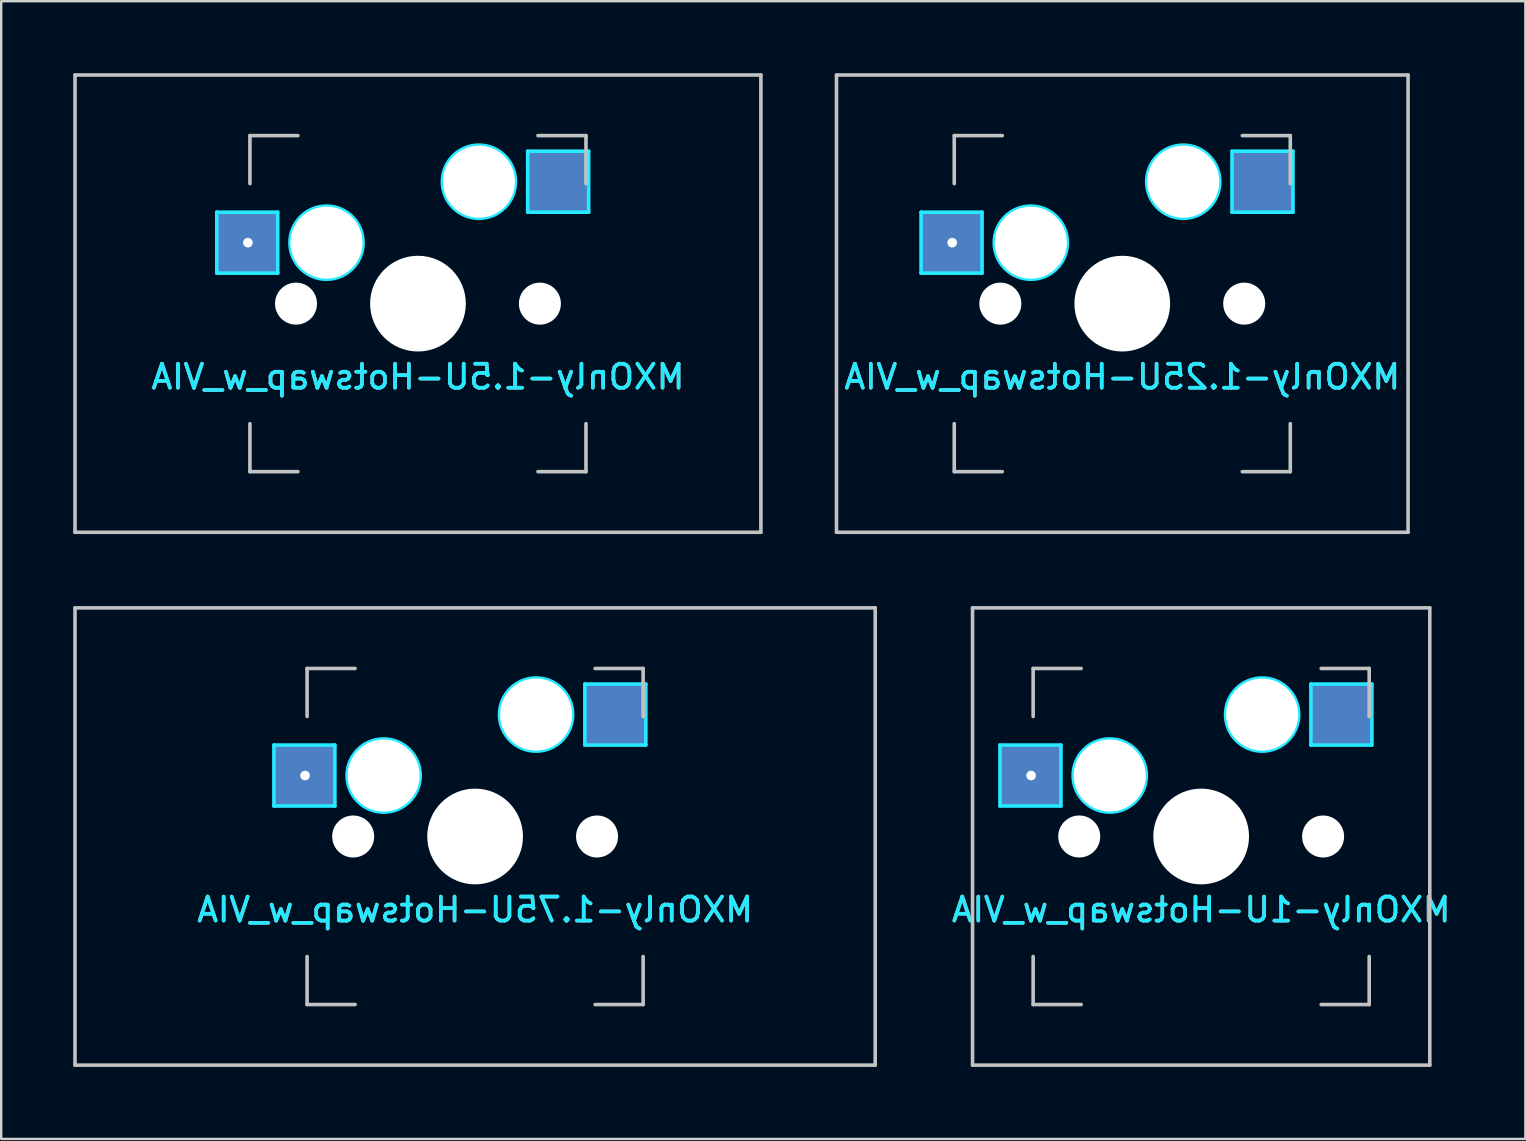
<source format=kicad_pcb>
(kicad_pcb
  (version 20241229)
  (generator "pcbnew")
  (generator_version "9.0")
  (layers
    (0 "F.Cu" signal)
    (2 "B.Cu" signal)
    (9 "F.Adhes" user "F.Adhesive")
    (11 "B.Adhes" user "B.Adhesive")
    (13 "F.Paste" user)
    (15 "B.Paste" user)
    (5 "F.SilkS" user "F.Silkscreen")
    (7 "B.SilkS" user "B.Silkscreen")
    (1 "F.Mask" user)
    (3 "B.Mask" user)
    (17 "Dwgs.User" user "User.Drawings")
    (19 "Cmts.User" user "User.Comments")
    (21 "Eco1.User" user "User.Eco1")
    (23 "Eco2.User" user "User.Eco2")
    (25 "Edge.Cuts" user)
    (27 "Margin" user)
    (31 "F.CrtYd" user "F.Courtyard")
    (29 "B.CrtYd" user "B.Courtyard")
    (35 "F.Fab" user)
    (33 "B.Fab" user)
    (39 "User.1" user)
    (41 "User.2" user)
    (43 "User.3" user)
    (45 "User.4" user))
  (footprint "MXOnly-1.5U-Hotswap_w_VIA"
    (layer "F.Cu")
    (at 14.363 9.6)
    (property "Reference" "MXOnly-1.5U-Hotswap_w_VIA" (at 0 3.048 0) (layer "B.CrtYd") (effects (font (size 1 1) (thickness 0.15)) (justify mirror)))
    (attr smd)
    (fp_line (start -14.287 -9.525) (end 14.287 -9.525) (stroke (width 0.15) (type solid)) (layer "Dwgs.User"))
    (fp_line (start -14.287 9.525) (end -14.287 -9.525) (stroke (width 0.15) (type solid)) (layer "Dwgs.User"))
    (fp_line (start -7 -7) (end -7 -5) (stroke (width 0.15) (type solid)) (layer "Dwgs.User"))
    (fp_line (start -7 5) (end -7 7) (stroke (width 0.15) (type solid)) (layer "Dwgs.User"))
    (fp_line (start -7 7) (end -5 7) (stroke (width 0.15) (type solid)) (layer "Dwgs.User"))
    (fp_line (start -5 -7) (end -7 -7) (stroke (width 0.15) (type solid)) (layer "Dwgs.User"))
    (fp_line (start 5 -7) (end 7 -7) (stroke (width 0.15) (type solid)) (layer "Dwgs.User"))
    (fp_line (start 5 7) (end 7 7) (stroke (width 0.15) (type solid)) (layer "Dwgs.User"))
    (fp_line (start 7 -7) (end 7 -5) (stroke (width 0.15) (type solid)) (layer "Dwgs.User"))
    (fp_line (start 7 7) (end 7 5) (stroke (width 0.15) (type solid)) (layer "Dwgs.User"))
    (fp_line (start 14.287 -9.525) (end 14.287 9.525) (stroke (width 0.15) (type solid)) (layer "Dwgs.User"))
    (fp_line (start 14.287 9.525) (end -14.287 9.525) (stroke (width 0.15) (type solid)) (layer "Dwgs.User"))
    (fp_line (start -8.382 -3.81) (end -5.842 -3.81) (stroke (width 0.15) (type solid)) (layer "B.CrtYd"))
    (fp_line (start -8.382 -1.27) (end -8.382 -3.81) (stroke (width 0.15) (type solid)) (layer "B.CrtYd"))
    (fp_line (start -5.842 -3.81) (end -5.842 -1.27) (stroke (width 0.15) (type solid)) (layer "B.CrtYd"))
    (fp_line (start -5.842 -1.27) (end -8.382 -1.27) (stroke (width 0.15) (type solid)) (layer "B.CrtYd"))
    (fp_line (start 4.572 -6.35) (end 7.112 -6.35) (stroke (width 0.15) (type solid)) (layer "B.CrtYd"))
    (fp_line (start 4.572 -3.81) (end 4.572 -6.35) (stroke (width 0.15) (type solid)) (layer "B.CrtYd"))
    (fp_line (start 7.112 -6.35) (end 7.112 -3.81) (stroke (width 0.15) (type solid)) (layer "B.CrtYd"))
    (fp_line (start 7.112 -3.81) (end 4.572 -3.81) (stroke (width 0.15) (type solid)) (layer "B.CrtYd"))
    (fp_circle (center -3.81 -2.54) (end -3.81 -4.064) (stroke (width 0.15) (type solid)) (fill no) (layer "B.CrtYd"))
    (fp_circle (center 2.54 -5.08) (end 2.54 -6.604) (stroke (width 0.15) (type solid)) (fill no) (layer "B.CrtYd"))
    (fp_text user "${REFERENCE}" (at 0 3.048 0) (layer "B.SilkS") (effects (font (size 1 1) (thickness 0.15)) (justify mirror)))
    (pad "" np_thru_hole circle (at -5.08 0 48.1) (size 1.75 1.75) (drill 1.75) (layers "*.Cu" "*.Mask"))
    (pad "" np_thru_hole circle (at -3.81 -2.54) (size 3 3) (drill 3) (layers "*.Cu" "*.Mask"))
    (pad "" np_thru_hole circle (at 0 0) (size 3.988 3.988) (drill 3.988) (layers "*.Cu" "*.Mask"))
    (pad "" np_thru_hole circle (at 2.54 -5.08) (size 3 3) (drill 3) (layers "*.Cu" "*.Mask"))
    (pad "" np_thru_hole circle (at 5.08 0 48.1) (size 1.75 1.75) (drill 1.75) (layers "*.Cu" "*.Mask"))
    (pad "1" thru_hole circle (at -7.085 -2.54) (size 0.8 0.8) (drill 0.4) (layers "*.Cu" "*.Mask"))
    (pad "1" smd rect (at -7.085 -2.54) (size 2.55 2.5) (layers "B.Cu" "B.Mask" "B.Paste"))
    (pad "2" smd rect (at 5.842 -5.08) (size 2.55 2.5) (layers "B.Cu" "B.Mask" "B.Paste")))
  (footprint "MXOnly-1.25U-Hotswap_w_VIA"
    (layer "F.Cu")
    (at 43.706 9.6)
    (property "Reference" "MXOnly-1.25U-Hotswap_w_VIA" (at 0 3.048 0) (layer "B.CrtYd") (effects (font (size 1 1) (thickness 0.15)) (justify mirror)))
    (attr smd)
    (fp_line (start -11.906 -9.525) (end 11.906 -9.525) (stroke (width 0.15) (type solid)) (layer "Dwgs.User"))
    (fp_line (start -11.906 9.525) (end -11.906 -9.525) (stroke (width 0.15) (type solid)) (layer "Dwgs.User"))
    (fp_line (start -7 -7) (end -7 -5) (stroke (width 0.15) (type solid)) (layer "Dwgs.User"))
    (fp_line (start -7 5) (end -7 7) (stroke (width 0.15) (type solid)) (layer "Dwgs.User"))
    (fp_line (start -7 7) (end -5 7) (stroke (width 0.15) (type solid)) (layer "Dwgs.User"))
    (fp_line (start -5 -7) (end -7 -7) (stroke (width 0.15) (type solid)) (layer "Dwgs.User"))
    (fp_line (start 5 -7) (end 7 -7) (stroke (width 0.15) (type solid)) (layer "Dwgs.User"))
    (fp_line (start 5 7) (end 7 7) (stroke (width 0.15) (type solid)) (layer "Dwgs.User"))
    (fp_line (start 7 -7) (end 7 -5) (stroke (width 0.15) (type solid)) (layer "Dwgs.User"))
    (fp_line (start 7 7) (end 7 5) (stroke (width 0.15) (type solid)) (layer "Dwgs.User"))
    (fp_line (start 11.906 -9.525) (end 11.906 9.525) (stroke (width 0.15) (type solid)) (layer "Dwgs.User"))
    (fp_line (start 11.906 9.525) (end -11.906 9.525) (stroke (width 0.15) (type solid)) (layer "Dwgs.User"))
    (fp_line (start -8.382 -3.81) (end -5.842 -3.81) (stroke (width 0.15) (type solid)) (layer "B.CrtYd"))
    (fp_line (start -8.382 -1.27) (end -8.382 -3.81) (stroke (width 0.15) (type solid)) (layer "B.CrtYd"))
    (fp_line (start -5.842 -3.81) (end -5.842 -1.27) (stroke (width 0.15) (type solid)) (layer "B.CrtYd"))
    (fp_line (start -5.842 -1.27) (end -8.382 -1.27) (stroke (width 0.15) (type solid)) (layer "B.CrtYd"))
    (fp_line (start 4.572 -6.35) (end 7.112 -6.35) (stroke (width 0.15) (type solid)) (layer "B.CrtYd"))
    (fp_line (start 4.572 -3.81) (end 4.572 -6.35) (stroke (width 0.15) (type solid)) (layer "B.CrtYd"))
    (fp_line (start 7.112 -6.35) (end 7.112 -3.81) (stroke (width 0.15) (type solid)) (layer "B.CrtYd"))
    (fp_line (start 7.112 -3.81) (end 4.572 -3.81) (stroke (width 0.15) (type solid)) (layer "B.CrtYd"))
    (fp_circle (center -3.81 -2.54) (end -3.81 -4.064) (stroke (width 0.15) (type solid)) (fill no) (layer "B.CrtYd"))
    (fp_circle (center 2.54 -5.08) (end 2.54 -6.604) (stroke (width 0.15) (type solid)) (fill no) (layer "B.CrtYd"))
    (fp_text user "${REFERENCE}" (at 0 3.048 0) (layer "B.SilkS") (effects (font (size 1 1) (thickness 0.15)) (justify mirror)))
    (pad "" np_thru_hole circle (at -5.08 0 48.1) (size 1.75 1.75) (drill 1.75) (layers "*.Cu" "*.Mask"))
    (pad "" np_thru_hole circle (at -3.81 -2.54) (size 3 3) (drill 3) (layers "*.Cu" "*.Mask"))
    (pad "" np_thru_hole circle (at 0 0) (size 3.988 3.988) (drill 3.988) (layers "*.Cu" "*.Mask"))
    (pad "" np_thru_hole circle (at 2.54 -5.08) (size 3 3) (drill 3) (layers "*.Cu" "*.Mask"))
    (pad "" np_thru_hole circle (at 5.08 0 48.1) (size 1.75 1.75) (drill 1.75) (layers "*.Cu" "*.Mask"))
    (pad "1" thru_hole circle (at -7.085 -2.54) (size 0.8 0.8) (drill 0.4) (layers "*.Cu" "*.Mask"))
    (pad "1" smd rect (at -7.085 -2.54) (size 2.55 2.5) (layers "B.Cu" "B.Mask" "B.Paste"))
    (pad "2" smd rect (at 5.842 -5.08) (size 2.55 2.5) (layers "B.Cu" "B.Mask" "B.Paste")))
  (footprint "MXOnly-1U-Hotswap_w_VIA"
    (layer "F.Cu")
    (at 46.993 31.8)
    (property "Reference" "MXOnly-1U-Hotswap_w_VIA" (at 0 3.048 0) (layer "B.CrtYd") (effects (font (size 1 1) (thickness 0.15)) (justify mirror)))
    (attr smd)
    (fp_line (start -9.525 -9.525) (end 9.525 -9.525) (stroke (width 0.15) (type solid)) (layer "Dwgs.User"))
    (fp_line (start -9.525 9.525) (end -9.525 -9.525) (stroke (width 0.15) (type solid)) (layer "Dwgs.User"))
    (fp_line (start -7 -7) (end -7 -5) (stroke (width 0.15) (type solid)) (layer "Dwgs.User"))
    (fp_line (start -7 5) (end -7 7) (stroke (width 0.15) (type solid)) (layer "Dwgs.User"))
    (fp_line (start -7 7) (end -5 7) (stroke (width 0.15) (type solid)) (layer "Dwgs.User"))
    (fp_line (start -5 -7) (end -7 -7) (stroke (width 0.15) (type solid)) (layer "Dwgs.User"))
    (fp_line (start 5 -7) (end 7 -7) (stroke (width 0.15) (type solid)) (layer "Dwgs.User"))
    (fp_line (start 5 7) (end 7 7) (stroke (width 0.15) (type solid)) (layer "Dwgs.User"))
    (fp_line (start 7 -7) (end 7 -5) (stroke (width 0.15) (type solid)) (layer "Dwgs.User"))
    (fp_line (start 7 7) (end 7 5) (stroke (width 0.15) (type solid)) (layer "Dwgs.User"))
    (fp_line (start 9.525 -9.525) (end 9.525 9.525) (stroke (width 0.15) (type solid)) (layer "Dwgs.User"))
    (fp_line (start 9.525 9.525) (end -9.525 9.525) (stroke (width 0.15) (type solid)) (layer "Dwgs.User"))
    (fp_line (start -8.382 -3.81) (end -8.382 -1.27) (stroke (width 0.15) (type solid)) (layer "B.CrtYd"))
    (fp_line (start -8.382 -1.27) (end -5.842 -1.27) (stroke (width 0.15) (type solid)) (layer "B.CrtYd"))
    (fp_line (start -5.842 -3.81) (end -8.382 -3.81) (stroke (width 0.15) (type solid)) (layer "B.CrtYd"))
    (fp_line (start -5.842 -1.27) (end -5.842 -3.81) (stroke (width 0.15) (type solid)) (layer "B.CrtYd"))
    (fp_line (start 4.572 -6.35) (end 7.112 -6.35) (stroke (width 0.15) (type solid)) (layer "B.CrtYd"))
    (fp_line (start 4.572 -3.81) (end 4.572 -6.35) (stroke (width 0.15) (type solid)) (layer "B.CrtYd"))
    (fp_line (start 7.112 -6.35) (end 7.112 -3.81) (stroke (width 0.15) (type solid)) (layer "B.CrtYd"))
    (fp_line (start 7.112 -3.81) (end 4.572 -3.81) (stroke (width 0.15) (type solid)) (layer "B.CrtYd"))
    (fp_circle (center -3.81 -2.54) (end -3.81 -4.064) (stroke (width 0.15) (type solid)) (fill no) (layer "B.CrtYd"))
    (fp_circle (center 2.54 -5.08) (end 2.54 -6.604) (stroke (width 0.15) (type solid)) (fill no) (layer "B.CrtYd"))
    (fp_text user "${REFERENCE}" (at 0 3.048 0) (layer "B.SilkS") (effects (font (size 1 1) (thickness 0.15)) (justify mirror)))
    (pad "" np_thru_hole circle (at -5.08 0 48.1) (size 1.75 1.75) (drill 1.75) (layers "*.Cu" "*.Mask"))
    (pad "" np_thru_hole circle (at -3.81 -2.54) (size 3 3) (drill 3) (layers "*.Cu" "*.Mask"))
    (pad "" np_thru_hole circle (at 0 0) (size 3.988 3.988) (drill 3.988) (layers "*.Cu" "*.Mask"))
    (pad "" np_thru_hole circle (at 2.54 -5.08) (size 3 3) (drill 3) (layers "*.Cu" "*.Mask"))
    (pad "" np_thru_hole circle (at 5.08 0 48.1) (size 1.75 1.75) (drill 1.75) (layers "*.Cu" "*.Mask"))
    (pad "1" thru_hole circle (at -7.085 -2.54) (size 0.8 0.8) (drill 0.4) (layers "*.Cu" "*.Mask"))
    (pad "1" smd rect (at -7.085 -2.54) (size 2.55 2.5) (layers "B.Cu" "B.Mask" "B.Paste"))
    (pad "2" smd rect (at 5.842 -5.08) (size 2.55 2.5) (layers "B.Cu" "B.Mask" "B.Paste")))
  (footprint "MXOnly-1.75U-Hotswap_w_VIA"
    (layer "F.Cu")
    (at 16.744 31.8)
    (property "Reference" "MXOnly-1.75U-Hotswap_w_VIA" (at 0 3.048 0) (layer "B.CrtYd") (effects (font (size 1 1) (thickness 0.15)) (justify mirror)))
    (attr smd)
    (fp_line (start -16.669 -9.525) (end 16.669 -9.525) (stroke (width 0.15) (type solid)) (layer "Dwgs.User"))
    (fp_line (start -16.669 9.525) (end -16.669 -9.525) (stroke (width 0.15) (type solid)) (layer "Dwgs.User"))
    (fp_line (start -7 -7) (end -7 -5) (stroke (width 0.15) (type solid)) (layer "Dwgs.User"))
    (fp_line (start -7 5) (end -7 7) (stroke (width 0.15) (type solid)) (layer "Dwgs.User"))
    (fp_line (start -7 7) (end -5 7) (stroke (width 0.15) (type solid)) (layer "Dwgs.User"))
    (fp_line (start -5 -7) (end -7 -7) (stroke (width 0.15) (type solid)) (layer "Dwgs.User"))
    (fp_line (start 5 -7) (end 7 -7) (stroke (width 0.15) (type solid)) (layer "Dwgs.User"))
    (fp_line (start 5 7) (end 7 7) (stroke (width 0.15) (type solid)) (layer "Dwgs.User"))
    (fp_line (start 7 -7) (end 7 -5) (stroke (width 0.15) (type solid)) (layer "Dwgs.User"))
    (fp_line (start 7 7) (end 7 5) (stroke (width 0.15) (type solid)) (layer "Dwgs.User"))
    (fp_line (start 16.669 -9.525) (end 16.669 9.525) (stroke (width 0.15) (type solid)) (layer "Dwgs.User"))
    (fp_line (start 16.669 9.525) (end -16.669 9.525) (stroke (width 0.15) (type solid)) (layer "Dwgs.User"))
    (fp_line (start -8.382 -3.81) (end -5.842 -3.81) (stroke (width 0.15) (type solid)) (layer "B.CrtYd"))
    (fp_line (start -8.382 -1.27) (end -8.382 -3.81) (stroke (width 0.15) (type solid)) (layer "B.CrtYd"))
    (fp_line (start -5.842 -3.81) (end -5.842 -1.27) (stroke (width 0.15) (type solid)) (layer "B.CrtYd"))
    (fp_line (start -5.842 -1.27) (end -8.382 -1.27) (stroke (width 0.15) (type solid)) (layer "B.CrtYd"))
    (fp_line (start 4.572 -6.35) (end 7.112 -6.35) (stroke (width 0.15) (type solid)) (layer "B.CrtYd"))
    (fp_line (start 4.572 -3.81) (end 4.572 -6.35) (stroke (width 0.15) (type solid)) (layer "B.CrtYd"))
    (fp_line (start 7.112 -6.35) (end 7.112 -3.81) (stroke (width 0.15) (type solid)) (layer "B.CrtYd"))
    (fp_line (start 7.112 -3.81) (end 4.572 -3.81) (stroke (width 0.15) (type solid)) (layer "B.CrtYd"))
    (fp_circle (center -3.81 -2.54) (end -3.81 -4.064) (stroke (width 0.15) (type solid)) (fill no) (layer "B.CrtYd"))
    (fp_circle (center 2.54 -5.08) (end 2.54 -6.604) (stroke (width 0.15) (type solid)) (fill no) (layer "B.CrtYd"))
    (fp_text user "${REFERENCE}" (at 0 3.048 0) (layer "B.SilkS") (effects (font (size 1 1) (thickness 0.15)) (justify mirror)))
    (pad "" np_thru_hole circle (at -5.08 0 48.1) (size 1.75 1.75) (drill 1.75) (layers "*.Cu" "*.Mask"))
    (pad "" np_thru_hole circle (at -3.81 -2.54) (size 3 3) (drill 3) (layers "*.Cu" "*.Mask"))
    (pad "" np_thru_hole circle (at 0 0) (size 3.988 3.988) (drill 3.988) (layers "*.Cu" "*.Mask"))
    (pad "" np_thru_hole circle (at 2.54 -5.08) (size 3 3) (drill 3) (layers "*.Cu" "*.Mask"))
    (pad "" np_thru_hole circle (at 5.08 0 48.1) (size 1.75 1.75) (drill 1.75) (layers "*.Cu" "*.Mask"))
    (pad "1" thru_hole circle (at -7.085 -2.54) (size 0.8 0.8) (drill 0.4) (layers "*.Cu" "*.Mask"))
    (pad "1" smd rect (at -7.085 -2.54) (size 2.55 2.5) (layers "B.Cu" "B.Mask" "B.Paste"))
    (pad "2" smd rect (at 5.842 -5.08) (size 2.55 2.5) (layers "B.Cu" "B.Mask" "B.Paste")))
  (gr_rect
    (start -3 -3)
    (end 60.499 44.4)
    (stroke (width 0.1) (type default))
    (fill no)
    (layer "Edge.Cuts")))
</source>
